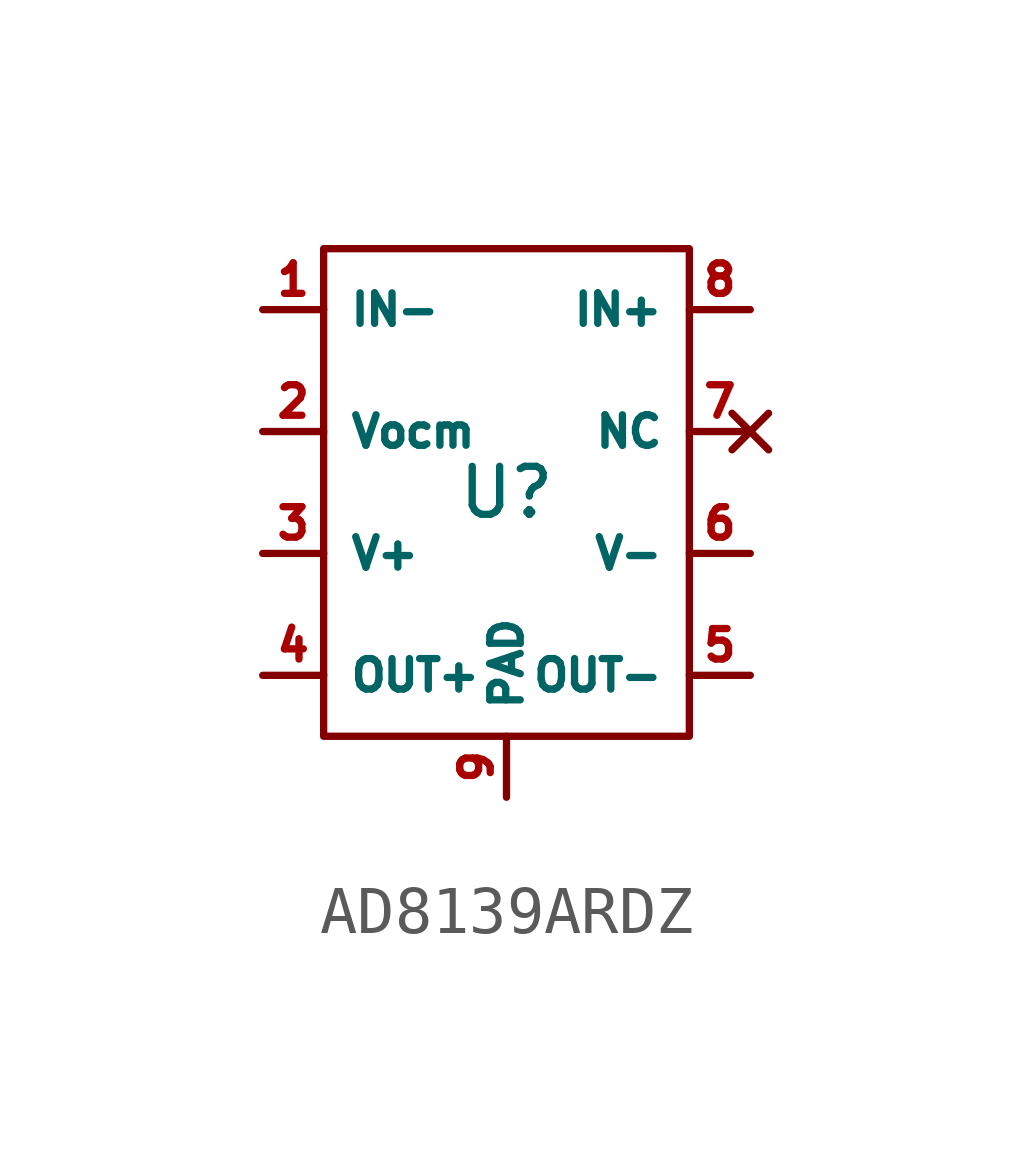
<source format=kicad_sym>
(kicad_symbol_lib
  (version 20241209)
  (generator "kicad_symbol_editor")
  (generator_version "9.0")
  (symbol "AD8139ARDZ"
    (property "Reference" "U"
      (at 0 0 0)
      (effects (font (size 1 1))))
    (property "Value" ""
      (at 0 0 0)
      (effects (font (size 1.27 1.27))))
    (symbol "AD8139ARDZ_0_1"
      (rectangle (start -3.81 5.08) (end 3.81 -5.08) (stroke (width 0) (type default)) (fill (type none))))
    (symbol "AD8139ARDZ_1_1"
      (pin input line (at -5.08 3.81 0) (length 1.27) (name "IN-" (effects (font (size 0.635 0.635)))) (number "1" (effects (font (size 0.635 0.635)))))
      (pin input line (at -5.08 1.27 0) (length 1.27) (name "Vocm" (effects (font (size 0.635 0.635)))) (number "2" (effects (font (size 0.635 0.635)))))
      (pin power_in line (at -5.08 -1.27 0) (length 1.27) (name "V+" (effects (font (size 0.635 0.635)))) (number "3" (effects (font (size 0.635 0.635)))))
      (pin output line (at -5.08 -3.81 0) (length 1.27) (name "OUT+" (effects (font (size 0.635 0.635)))) (number "4" (effects (font (size 0.635 0.635)))))
      (pin power_in line (at 0 -6.35 90) (length 1.27) (name "PAD" (effects (font (size 0.635 0.635)))) (number "9" (effects (font (size 0.635 0.635)))))
      (pin input line (at 5.08 3.81 180) (length 1.27) (name "IN+" (effects (font (size 0.635 0.635)))) (number "8" (effects (font (size 0.635 0.635)))))
      (pin no_connect line (at 5.08 1.27 180) (length 1.27) (name "NC" (effects (font (size 0.635 0.635)))) (number "7" (effects (font (size 0.635 0.635)))))
      (pin power_in line (at 5.08 -1.27 180) (length 1.27) (name "V-" (effects (font (size 0.635 0.635)))) (number "6" (effects (font (size 0.635 0.635)))))
      (pin output line (at 5.08 -3.81 180) (length 1.27) (name "OUT-" (effects (font (size 0.635 0.635)))) (number "5" (effects (font (size 0.635 0.635))))))))
</source>
